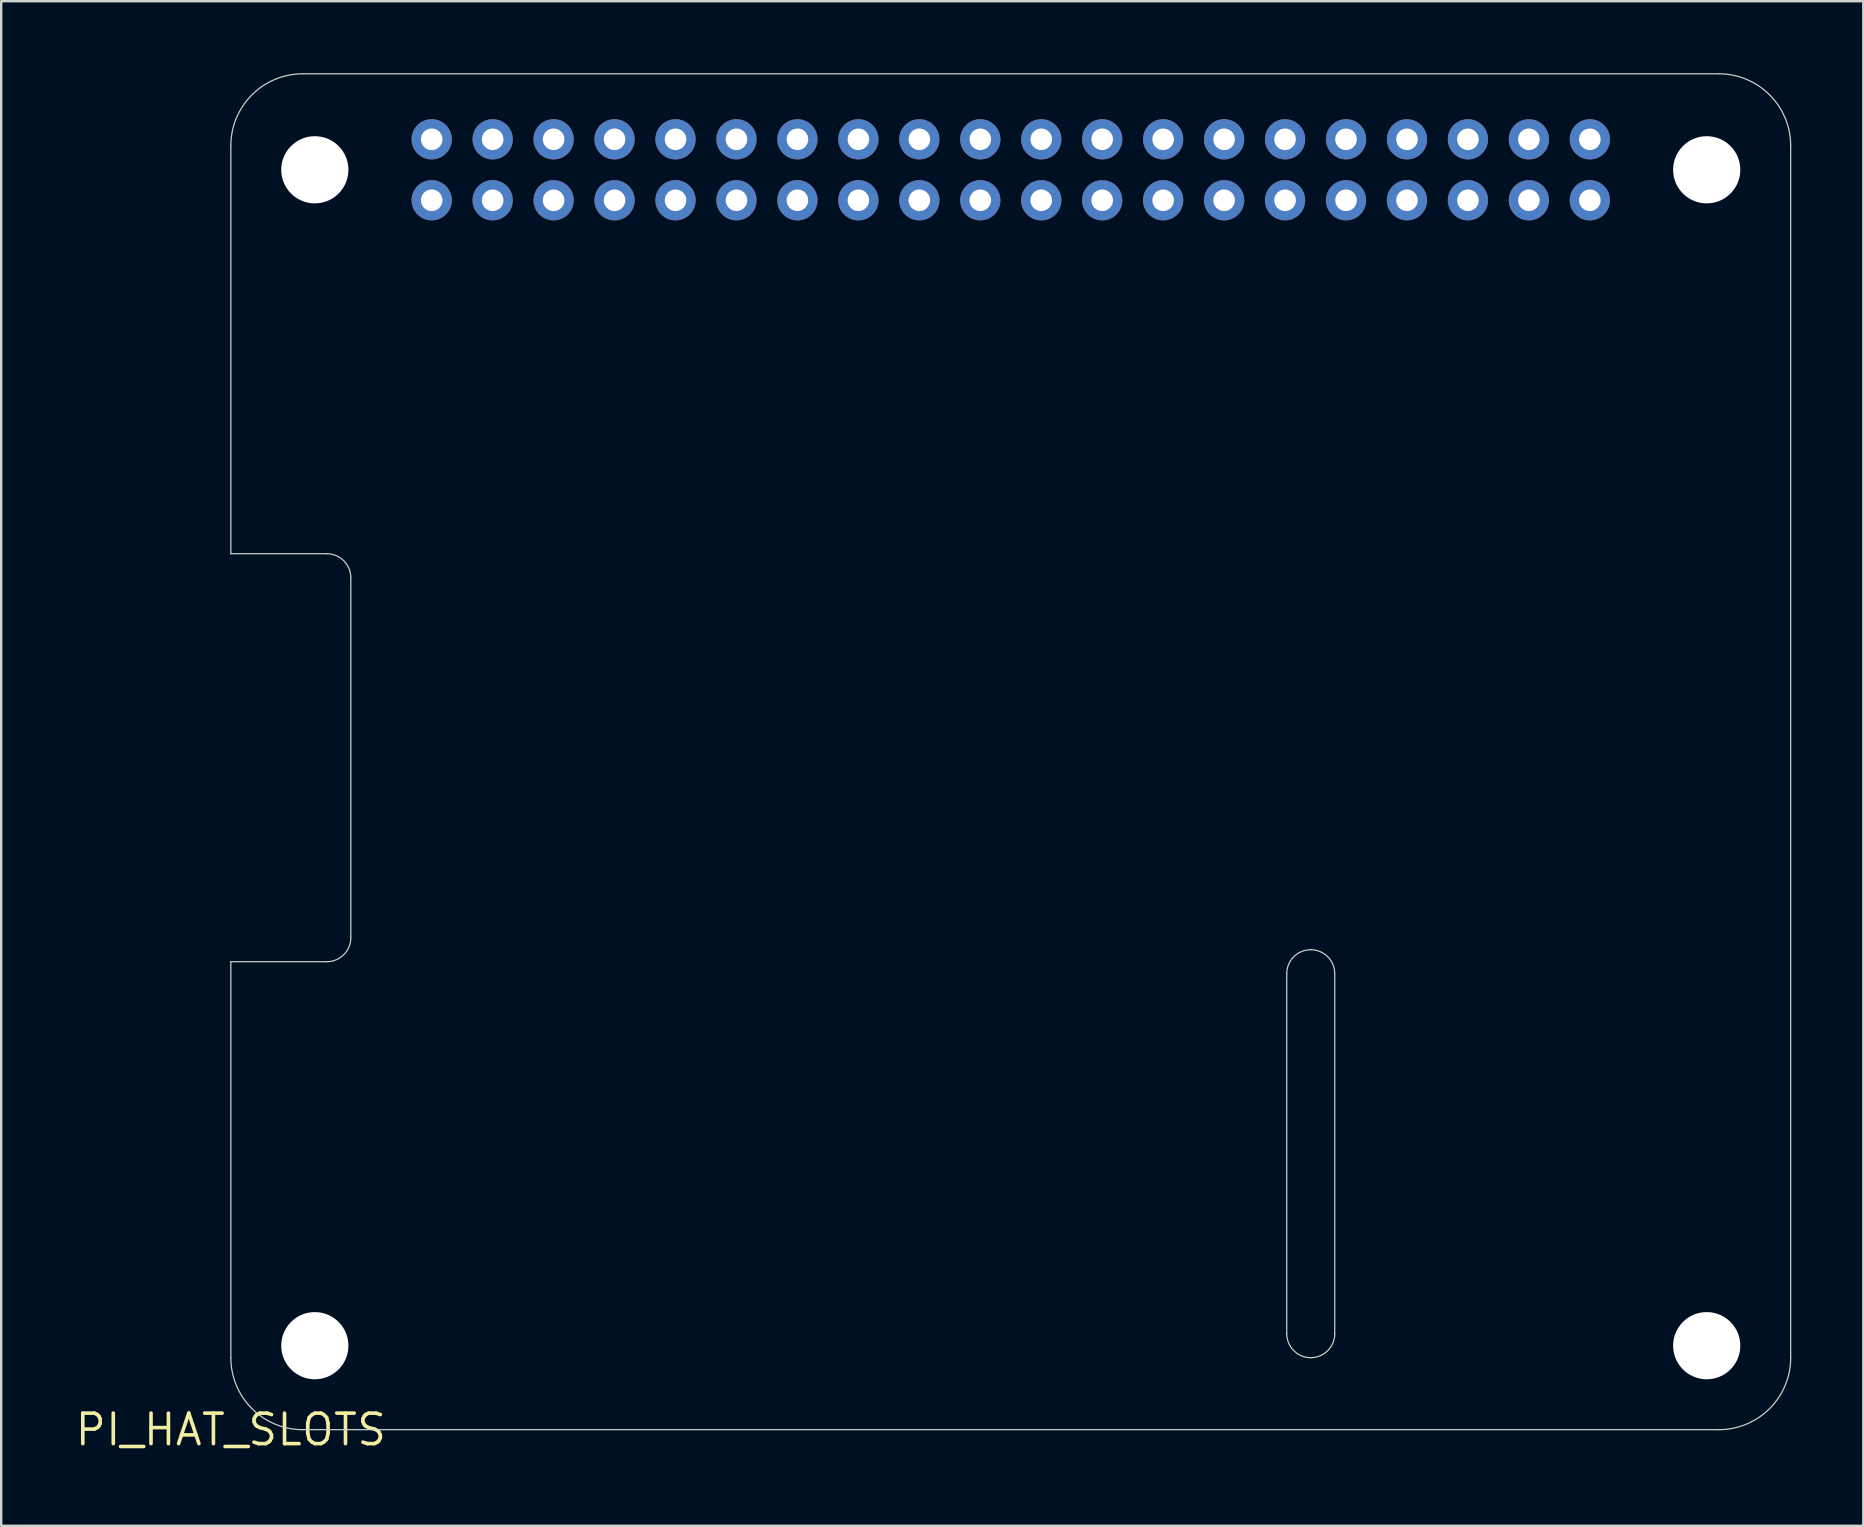
<source format=kicad_pcb>
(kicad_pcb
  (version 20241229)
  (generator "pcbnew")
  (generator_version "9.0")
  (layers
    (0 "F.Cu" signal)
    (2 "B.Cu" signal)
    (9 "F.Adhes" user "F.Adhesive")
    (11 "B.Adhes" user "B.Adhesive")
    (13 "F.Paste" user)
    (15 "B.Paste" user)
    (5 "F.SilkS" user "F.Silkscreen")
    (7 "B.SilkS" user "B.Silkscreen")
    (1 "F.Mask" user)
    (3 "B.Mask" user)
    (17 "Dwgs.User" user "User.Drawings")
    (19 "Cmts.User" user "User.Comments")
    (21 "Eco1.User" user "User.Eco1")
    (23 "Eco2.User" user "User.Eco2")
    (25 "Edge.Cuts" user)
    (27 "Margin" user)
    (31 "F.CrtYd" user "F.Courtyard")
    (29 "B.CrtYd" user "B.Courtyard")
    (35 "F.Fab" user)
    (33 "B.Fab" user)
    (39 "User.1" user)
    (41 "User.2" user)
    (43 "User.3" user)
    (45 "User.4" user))
  (footprint "PI_HAT_SLOTS"
    (layer "F.Cu")
    (at 6.569 56.525)
    (property "Reference" "PI_HAT_SLOTS" (at 0 0 0) (layer "F.SilkS") (effects (font (size 1.27 1.27) (thickness 0.15))))
    (fp_line (start 0 -53.5) (end 0 -36.5) (stroke (width 0.05) (type solid)) (layer "Edge.Cuts"))
    (fp_line (start 0 -19.5) (end 0 -3) (stroke (width 0.05) (type solid)) (layer "Edge.Cuts"))
    (fp_line (start 0 -19.5) (end 4 -19.5) (stroke (width 0.05) (type solid)) (layer "Edge.Cuts"))
    (fp_line (start 3 0) (end 62 0) (stroke (width 0.05) (type solid)) (layer "Edge.Cuts"))
    (fp_line (start 4 -36.5) (end 0 -36.5) (stroke (width 0.05) (type solid)) (layer "Edge.Cuts"))
    (fp_line (start 5 -20.5) (end 5 -35.5) (stroke (width 0.05) (type solid)) (layer "Edge.Cuts"))
    (fp_line (start 44 -4) (end 44 -19) (stroke (width 0.05) (type solid)) (layer "Edge.Cuts"))
    (fp_line (start 46 -19) (end 46 -4) (stroke (width 0.05) (type solid)) (layer "Edge.Cuts"))
    (fp_line (start 62 -56.5) (end 3 -56.5) (stroke (width 0.05) (type solid)) (layer "Edge.Cuts"))
    (fp_line (start 65 -3) (end 65 -53.5) (stroke (width 0.05) (type solid)) (layer "Edge.Cuts"))
    (fp_arc (start 0 -53.5) (mid 0.87868 -55.62132) (end 3 -56.5) (stroke (width 0.05) (type solid)) (layer "Edge.Cuts"))
    (fp_arc (start 3 0) (mid 0.87868 -0.87868) (end 0 -3) (stroke (width 0.05) (type solid)) (layer "Edge.Cuts"))
    (fp_arc (start 4 -36.5) (mid 4.707107 -36.207107) (end 5 -35.5) (stroke (width 0.05) (type solid)) (layer "Edge.Cuts"))
    (fp_arc (start 5 -20.5) (mid 4.707107 -19.792893) (end 4 -19.5) (stroke (width 0.05) (type solid)) (layer "Edge.Cuts"))
    (fp_arc (start 44 -19) (mid 44.292893 -19.707107) (end 45 -20) (stroke (width 0.05) (type solid)) (layer "Edge.Cuts"))
    (fp_arc (start 45 -20) (mid 45.707107 -19.707107) (end 46 -19) (stroke (width 0.05) (type solid)) (layer "Edge.Cuts"))
    (fp_arc (start 45 -3) (mid 44.292893 -3.292893) (end 44 -4) (stroke (width 0.05) (type solid)) (layer "Edge.Cuts"))
    (fp_arc (start 46 -4) (mid 45.707107 -3.292893) (end 45 -3) (stroke (width 0.05) (type solid)) (layer "Edge.Cuts"))
    (fp_arc (start 62 -56.5) (mid 64.12132 -55.62132) (end 65 -53.5) (stroke (width 0.05) (type solid)) (layer "Edge.Cuts"))
    (fp_arc (start 65 -3) (mid 64.12132 -0.87868) (end 62 0) (stroke (width 0.05) (type solid)) (layer "Edge.Cuts"))
    (pad "" np_thru_hole circle (at 3.5 -52.5) (size 2.8 2.8) (drill 2.8) (layers "*.Cu" "*.Mask"))
    (pad "" np_thru_hole circle (at 3.5 -3.5) (size 2.8 2.8) (drill 2.8) (layers "*.Cu" "*.Mask"))
    (pad "" np_thru_hole circle (at 61.5 -52.5) (size 2.8 2.8) (drill 2.8) (layers "*.Cu" "*.Mask"))
    (pad "" np_thru_hole circle (at 61.5 -3.5) (size 2.8 2.8) (drill 2.8) (layers "*.Cu" "*.Mask"))
    (pad "1" thru_hole circle (at 8.37 -51.23) (size 1.676 1.676) (drill 0.9) (layers "*.Cu" "*.Mask"))
    (pad "2" thru_hole circle (at 8.37 -53.77) (size 1.676 1.676) (drill 0.9) (layers "*.Cu" "*.Mask"))
    (pad "3" thru_hole circle (at 10.91 -51.23) (size 1.676 1.676) (drill 0.9) (layers "*.Cu" "*.Mask"))
    (pad "4" thru_hole circle (at 10.91 -53.77) (size 1.676 1.676) (drill 0.9) (layers "*.Cu" "*.Mask"))
    (pad "5" thru_hole circle (at 13.45 -51.23) (size 1.676 1.676) (drill 0.9) (layers "*.Cu" "*.Mask"))
    (pad "6" thru_hole circle (at 13.45 -53.77) (size 1.676 1.676) (drill 0.9) (layers "*.Cu" "*.Mask"))
    (pad "7" thru_hole circle (at 15.99 -51.23) (size 1.676 1.676) (drill 0.9) (layers "*.Cu" "*.Mask"))
    (pad "8" thru_hole circle (at 15.99 -53.77) (size 1.676 1.676) (drill 0.9) (layers "*.Cu" "*.Mask"))
    (pad "9" thru_hole circle (at 18.53 -51.23) (size 1.676 1.676) (drill 0.9) (layers "*.Cu" "*.Mask"))
    (pad "10" thru_hole circle (at 18.53 -53.77) (size 1.676 1.676) (drill 0.9) (layers "*.Cu" "*.Mask"))
    (pad "11" thru_hole circle (at 21.07 -51.23) (size 1.676 1.676) (drill 0.9) (layers "*.Cu" "*.Mask"))
    (pad "12" thru_hole circle (at 21.07 -53.77) (size 1.676 1.676) (drill 0.9) (layers "*.Cu" "*.Mask"))
    (pad "13" thru_hole circle (at 23.61 -51.23) (size 1.676 1.676) (drill 0.9) (layers "*.Cu" "*.Mask"))
    (pad "14" thru_hole circle (at 23.61 -53.77) (size 1.676 1.676) (drill 0.9) (layers "*.Cu" "*.Mask"))
    (pad "15" thru_hole circle (at 26.15 -51.23) (size 1.676 1.676) (drill 0.9) (layers "*.Cu" "*.Mask"))
    (pad "16" thru_hole circle (at 26.15 -53.77) (size 1.676 1.676) (drill 0.9) (layers "*.Cu" "*.Mask"))
    (pad "17" thru_hole circle (at 28.69 -51.23) (size 1.676 1.676) (drill 0.9) (layers "*.Cu" "*.Mask"))
    (pad "18" thru_hole circle (at 28.69 -53.77) (size 1.676 1.676) (drill 0.9) (layers "*.Cu" "*.Mask"))
    (pad "19" thru_hole circle (at 31.23 -51.23) (size 1.676 1.676) (drill 0.9) (layers "*.Cu" "*.Mask"))
    (pad "20" thru_hole circle (at 31.23 -53.77) (size 1.676 1.676) (drill 0.9) (layers "*.Cu" "*.Mask"))
    (pad "21" thru_hole circle (at 33.77 -51.23) (size 1.676 1.676) (drill 0.9) (layers "*.Cu" "*.Mask"))
    (pad "22" thru_hole circle (at 33.77 -53.77) (size 1.676 1.676) (drill 0.9) (layers "*.Cu" "*.Mask"))
    (pad "23" thru_hole circle (at 36.31 -51.23) (size 1.676 1.676) (drill 0.9) (layers "*.Cu" "*.Mask"))
    (pad "24" thru_hole circle (at 36.31 -53.77) (size 1.676 1.676) (drill 0.9) (layers "*.Cu" "*.Mask"))
    (pad "25" thru_hole circle (at 38.85 -51.23) (size 1.676 1.676) (drill 0.9) (layers "*.Cu" "*.Mask"))
    (pad "26" thru_hole circle (at 38.85 -53.77) (size 1.676 1.676) (drill 0.9) (layers "*.Cu" "*.Mask"))
    (pad "27" thru_hole circle (at 41.39 -51.23) (size 1.676 1.676) (drill 0.9) (layers "*.Cu" "*.Mask"))
    (pad "28" thru_hole circle (at 41.39 -53.77) (size 1.676 1.676) (drill 0.9) (layers "*.Cu" "*.Mask"))
    (pad "29" thru_hole circle (at 43.93 -51.23) (size 1.676 1.676) (drill 0.9) (layers "*.Cu" "*.Mask"))
    (pad "30" thru_hole circle (at 43.93 -53.77) (size 1.676 1.676) (drill 0.9) (layers "*.Cu" "*.Mask"))
    (pad "31" thru_hole circle (at 46.47 -51.23) (size 1.676 1.676) (drill 0.9) (layers "*.Cu" "*.Mask"))
    (pad "32" thru_hole circle (at 46.47 -53.77) (size 1.676 1.676) (drill 0.9) (layers "*.Cu" "*.Mask"))
    (pad "33" thru_hole circle (at 49.01 -51.23) (size 1.676 1.676) (drill 0.9) (layers "*.Cu" "*.Mask"))
    (pad "34" thru_hole circle (at 49.01 -53.77) (size 1.676 1.676) (drill 0.9) (layers "*.Cu" "*.Mask"))
    (pad "35" thru_hole circle (at 51.55 -51.23) (size 1.676 1.676) (drill 0.9) (layers "*.Cu" "*.Mask"))
    (pad "36" thru_hole circle (at 51.55 -53.77) (size 1.676 1.676) (drill 0.9) (layers "*.Cu" "*.Mask"))
    (pad "37" thru_hole circle (at 54.09 -51.23) (size 1.676 1.676) (drill 0.9) (layers "*.Cu" "*.Mask"))
    (pad "38" thru_hole circle (at 54.09 -53.77) (size 1.676 1.676) (drill 0.9) (layers "*.Cu" "*.Mask"))
    (pad "39" thru_hole circle (at 56.63 -51.23) (size 1.676 1.676) (drill 0.9) (layers "*.Cu" "*.Mask"))
    (pad "40" thru_hole circle (at 56.63 -53.77) (size 1.676 1.676) (drill 0.9) (layers "*.Cu" "*.Mask"))
    (zone (net_name "") (layer "F.Cu") (hatch edge 0.5) (connect_pads) (min_thickness 0.25) (filled_areas_thickness no) (keepout (tracks not_allowed) (vias not_allowed) (pads not_allowed) (copperpour not_allowed) (footprints allowed)) (placement (enabled no)) (fill) (polygon (pts (xy 13.169 4.025) (xy 13.149 3.672) (xy 13.088 3.323) (xy 12.989 2.983) (xy 12.851 2.657) (xy 12.677 2.349) (xy 12.469 2.063) (xy 12.229 1.802) (xy 11.962 1.57) (xy 11.67 1.37) (xy 11.357 1.205) (xy 11.027 1.077) (xy 10.685 0.987) (xy 10.334 0.936) (xy 9.98 0.926) (xy 9.628 0.957) (xy 9.281 1.027) (xy 8.944 1.136) (xy 8.622 1.283) (xy 8.319 1.466) (xy 8.039 1.682) (xy 7.785 1.929) (xy 7.561 2.203) (xy 7.37 2.501) (xy 7.213 2.818) (xy 7.095 3.152) (xy 7.014 3.496) (xy 6.974 3.848) (xy 6.974 4.202) (xy 7.014 4.554) (xy 7.095 4.898) (xy 7.213 5.232) (xy 7.37 5.549) (xy 7.561 5.847) (xy 7.785 6.121) (xy 8.039 6.368) (xy 8.319 6.584) (xy 8.622 6.767) (xy 8.944 6.914) (xy 9.281 7.023) (xy 9.628 7.093) (xy 9.98 7.124) (xy 10.334 7.114) (xy 10.685 7.063) (xy 11.027 6.973) (xy 11.357 6.845) (xy 11.67 6.68) (xy 11.962 6.48) (xy 12.229 6.248) (xy 12.469 5.987) (xy 12.677 5.701) (xy 12.851 5.393) (xy 12.989 5.067) (xy 13.088 4.727) (xy 13.149 4.378))))
    (zone (net_name "") (layer "F.Cu") (hatch edge 0.5) (connect_pads) (min_thickness 0.25) (filled_areas_thickness no) (keepout (tracks not_allowed) (vias not_allowed) (pads not_allowed) (copperpour not_allowed) (footprints allowed)) (placement (enabled no)) (fill) (polygon (pts (xy 13.169 53.025) (xy 13.149 52.672) (xy 13.088 52.323) (xy 12.989 51.983) (xy 12.851 51.657) (xy 12.677 51.349) (xy 12.469 51.063) (xy 12.229 50.802) (xy 11.962 50.57) (xy 11.67 50.37) (xy 11.357 50.205) (xy 11.027 50.077) (xy 10.685 49.987) (xy 10.334 49.936) (xy 9.98 49.926) (xy 9.628 49.957) (xy 9.281 50.027) (xy 8.944 50.136) (xy 8.622 50.283) (xy 8.319 50.466) (xy 8.039 50.682) (xy 7.785 50.929) (xy 7.561 51.203) (xy 7.37 51.501) (xy 7.213 51.818) (xy 7.095 52.152) (xy 7.014 52.496) (xy 6.974 52.848) (xy 6.974 53.202) (xy 7.014 53.554) (xy 7.095 53.898) (xy 7.213 54.232) (xy 7.37 54.549) (xy 7.561 54.847) (xy 7.785 55.121) (xy 8.039 55.368) (xy 8.319 55.584) (xy 8.622 55.767) (xy 8.944 55.914) (xy 9.281 56.023) (xy 9.628 56.093) (xy 9.98 56.124) (xy 10.334 56.114) (xy 10.685 56.063) (xy 11.027 55.973) (xy 11.357 55.845) (xy 11.67 55.68) (xy 11.962 55.48) (xy 12.229 55.248) (xy 12.469 54.987) (xy 12.677 54.701) (xy 12.851 54.393) (xy 12.989 54.067) (xy 13.088 53.727) (xy 13.149 53.378))))
    (zone (net_name "") (layer "F.Cu") (hatch edge 0.5) (connect_pads) (min_thickness 0.25) (filled_areas_thickness no) (keepout (tracks not_allowed) (vias not_allowed) (pads not_allowed) (copperpour not_allowed) (footprints allowed)) (placement (enabled no)) (fill) (polygon (pts (xy 71.169 4.025) (xy 71.149 3.672) (xy 71.088 3.323) (xy 70.989 2.983) (xy 70.851 2.657) (xy 70.677 2.349) (xy 70.469 2.063) (xy 70.229 1.802) (xy 69.962 1.57) (xy 69.67 1.37) (xy 69.357 1.205) (xy 69.027 1.077) (xy 68.685 0.987) (xy 68.334 0.936) (xy 67.98 0.926) (xy 67.628 0.957) (xy 67.281 1.027) (xy 66.944 1.136) (xy 66.622 1.283) (xy 66.319 1.466) (xy 66.039 1.682) (xy 65.785 1.929) (xy 65.561 2.203) (xy 65.37 2.501) (xy 65.213 2.818) (xy 65.095 3.152) (xy 65.014 3.496) (xy 64.974 3.848) (xy 64.974 4.202) (xy 65.014 4.554) (xy 65.095 4.898) (xy 65.213 5.232) (xy 65.37 5.549) (xy 65.561 5.847) (xy 65.785 6.121) (xy 66.039 6.368) (xy 66.319 6.584) (xy 66.622 6.767) (xy 66.944 6.914) (xy 67.281 7.023) (xy 67.628 7.093) (xy 67.98 7.124) (xy 68.334 7.114) (xy 68.685 7.063) (xy 69.027 6.973) (xy 69.357 6.845) (xy 69.67 6.68) (xy 69.962 6.48) (xy 70.229 6.248) (xy 70.469 5.987) (xy 70.677 5.701) (xy 70.851 5.393) (xy 70.989 5.067) (xy 71.088 4.727) (xy 71.149 4.378))))
    (zone (net_name "") (layer "F.Cu") (hatch edge 0.5) (connect_pads) (min_thickness 0.25) (filled_areas_thickness no) (keepout (tracks not_allowed) (vias not_allowed) (pads not_allowed) (copperpour not_allowed) (footprints allowed)) (placement (enabled no)) (fill) (polygon (pts (xy 71.169 53.025) (xy 71.149 52.672) (xy 71.088 52.323) (xy 70.989 51.983) (xy 70.851 51.657) (xy 70.677 51.349) (xy 70.469 51.063) (xy 70.229 50.802) (xy 69.962 50.57) (xy 69.67 50.37) (xy 69.357 50.205) (xy 69.027 50.077) (xy 68.685 49.987) (xy 68.334 49.936) (xy 67.98 49.926) (xy 67.628 49.957) (xy 67.281 50.027) (xy 66.944 50.136) (xy 66.622 50.283) (xy 66.319 50.466) (xy 66.039 50.682) (xy 65.785 50.929) (xy 65.561 51.203) (xy 65.37 51.501) (xy 65.213 51.818) (xy 65.095 52.152) (xy 65.014 52.496) (xy 64.974 52.848) (xy 64.974 53.202) (xy 65.014 53.554) (xy 65.095 53.898) (xy 65.213 54.232) (xy 65.37 54.549) (xy 65.561 54.847) (xy 65.785 55.121) (xy 66.039 55.368) (xy 66.319 55.584) (xy 66.622 55.767) (xy 66.944 55.914) (xy 67.281 56.023) (xy 67.628 56.093) (xy 67.98 56.124) (xy 68.334 56.114) (xy 68.685 56.063) (xy 69.027 55.973) (xy 69.357 55.845) (xy 69.67 55.68) (xy 69.962 55.48) (xy 70.229 55.248) (xy 70.469 54.987) (xy 70.677 54.701) (xy 70.851 54.393) (xy 70.989 54.067) (xy 71.088 53.727) (xy 71.149 53.378)))))
  (gr_rect
    (start -3 -3)
    (end 74.594 60.531)
    (stroke (width 0.1) (type default))
    (fill no)
    (layer "Edge.Cuts")))
</source>
